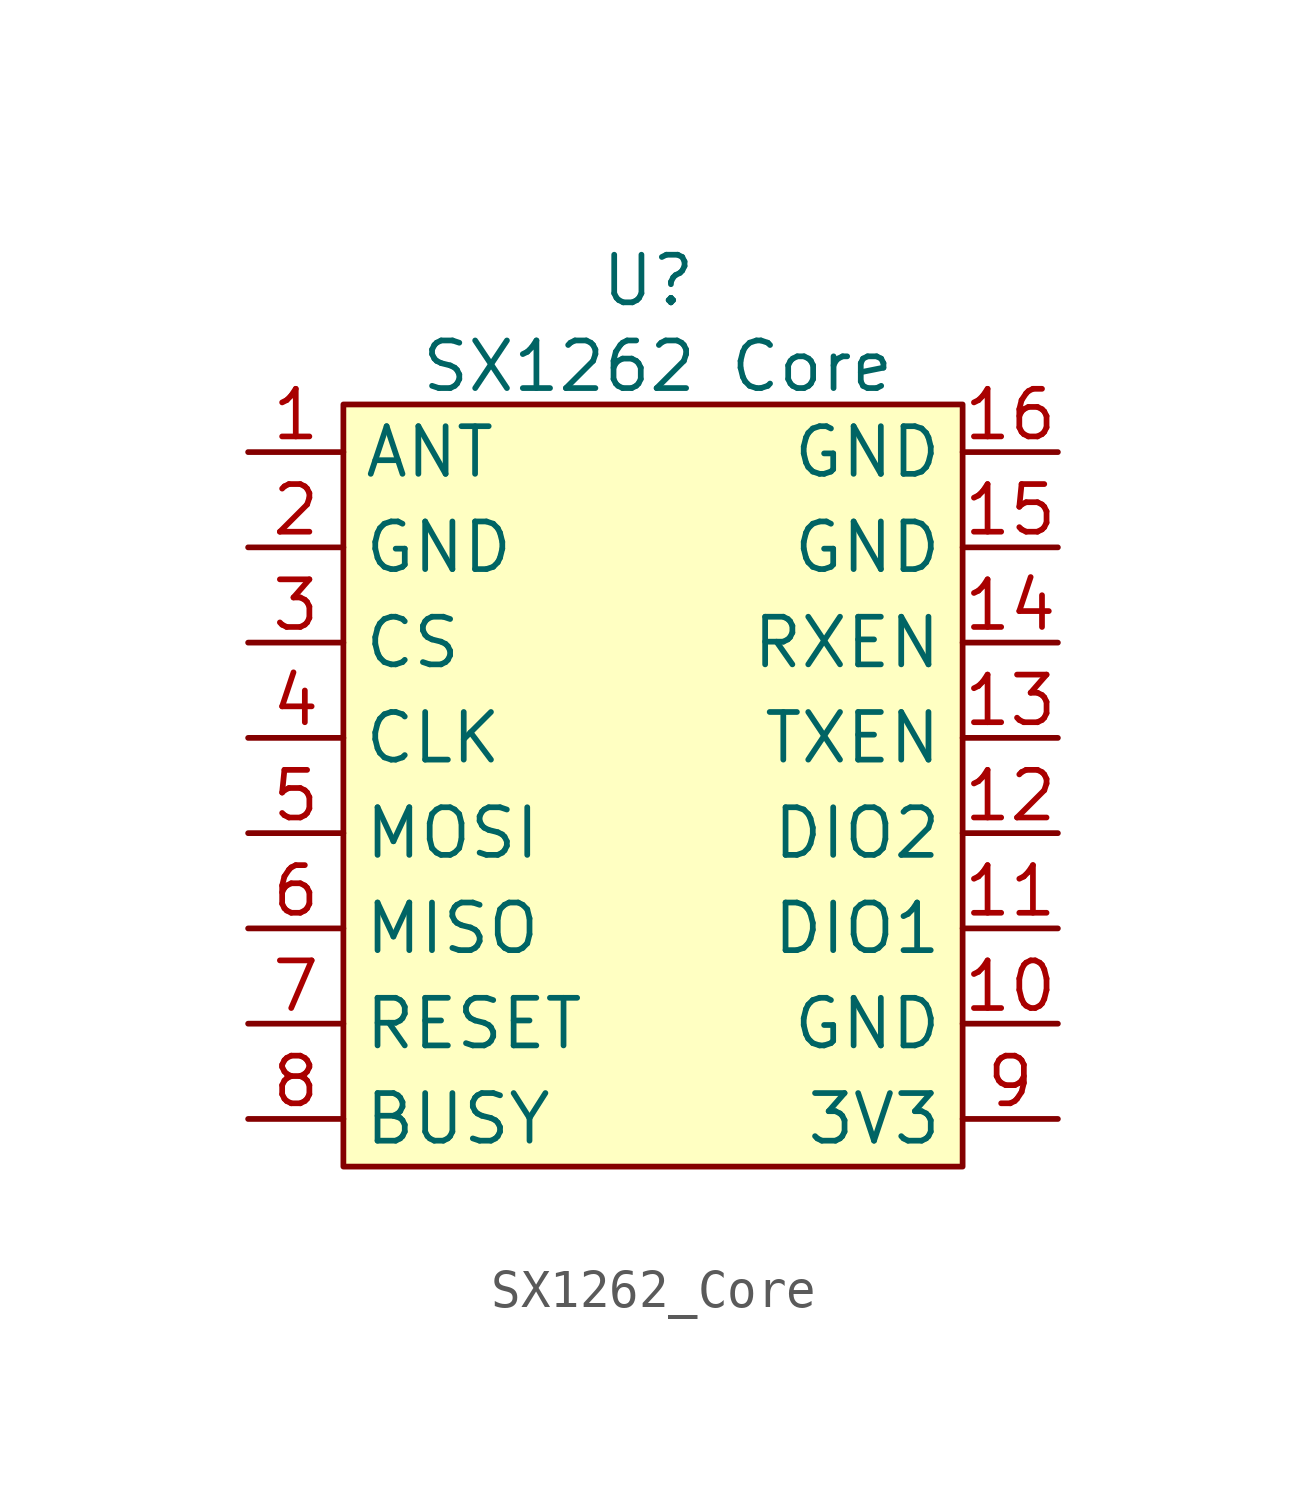
<source format=kicad_sym>
(kicad_symbol_lib
  (version 20231120)
  (generator "kicad_symbol_editor")
  (generator_version "8.0")
  (symbol "SX1262_Core"
    (property "Reference" "U"
      (at -21.082 -4.318 0)
      (effects (font (size 1.27 1.27))))
    (property "Value" "SX1262 Core"
      (at -20.828 -6.604 0)
      (effects (font (size 1.27 1.27))))
    (symbol "SX1262_Core_0_1"
      (rectangle (start -29.21 -7.62) (end -12.7 -27.94) (stroke (width 0) (type default)) (fill (type background))))
    (symbol "SX1262_Core_1_1"
      (pin passive line (at -31.75 -8.89 0) (length 2.54) (name "ANT" (effects (font (size 1.27 1.27)))) (number "1" (effects (font (size 1.27 1.27)))))
      (pin power_in line (at -10.16 -24.13 180) (length 2.54) (name "GND" (effects (font (size 1.27 1.27)))) (number "10" (effects (font (size 1.27 1.27)))))
      (pin output line (at -10.16 -21.59 180) (length 2.54) (name "DIO1" (effects (font (size 1.27 1.27)))) (number "11" (effects (font (size 1.27 1.27)))))
      (pin output line (at -10.16 -19.05 180) (length 2.54) (name "DIO2" (effects (font (size 1.27 1.27)))) (number "12" (effects (font (size 1.27 1.27)))))
      (pin input line (at -10.16 -16.51 180) (length 2.54) (name "TXEN" (effects (font (size 1.27 1.27)))) (number "13" (effects (font (size 1.27 1.27)))))
      (pin input line (at -10.16 -13.97 180) (length 2.54) (name "RXEN" (effects (font (size 1.27 1.27)))) (number "14" (effects (font (size 1.27 1.27)))))
      (pin power_in line (at -10.16 -11.43 180) (length 2.54) (name "GND" (effects (font (size 1.27 1.27)))) (number "15" (effects (font (size 1.27 1.27)))))
      (pin power_in line (at -10.16 -8.89 180) (length 2.54) (name "GND" (effects (font (size 1.27 1.27)))) (number "16" (effects (font (size 1.27 1.27)))))
      (pin power_in line (at -31.75 -11.43 0) (length 2.54) (name "GND" (effects (font (size 1.27 1.27)))) (number "2" (effects (font (size 1.27 1.27)))))
      (pin input line (at -31.75 -13.97 0) (length 2.54) (name "CS" (effects (font (size 1.27 1.27)))) (number "3" (effects (font (size 1.27 1.27)))))
      (pin input line (at -31.75 -16.51 0) (length 2.54) (name "CLK" (effects (font (size 1.27 1.27)))) (number "4" (effects (font (size 1.27 1.27)))))
      (pin input line (at -31.75 -19.05 0) (length 2.54) (name "MOSI" (effects (font (size 1.27 1.27)))) (number "5" (effects (font (size 1.27 1.27)))))
      (pin output line (at -31.75 -21.59 0) (length 2.54) (name "MISO" (effects (font (size 1.27 1.27)))) (number "6" (effects (font (size 1.27 1.27)))))
      (pin input line (at -31.75 -24.13 0) (length 2.54) (name "RESET" (effects (font (size 1.27 1.27)))) (number "7" (effects (font (size 1.27 1.27)))))
      (pin output line (at -31.75 -26.67 0) (length 2.54) (name "BUSY" (effects (font (size 1.27 1.27)))) (number "8" (effects (font (size 1.27 1.27)))))
      (pin power_in line (at -10.16 -26.67 180) (length 2.54) (name "3V3" (effects (font (size 1.27 1.27)))) (number "9" (effects (font (size 1.27 1.27))))))))
</source>
